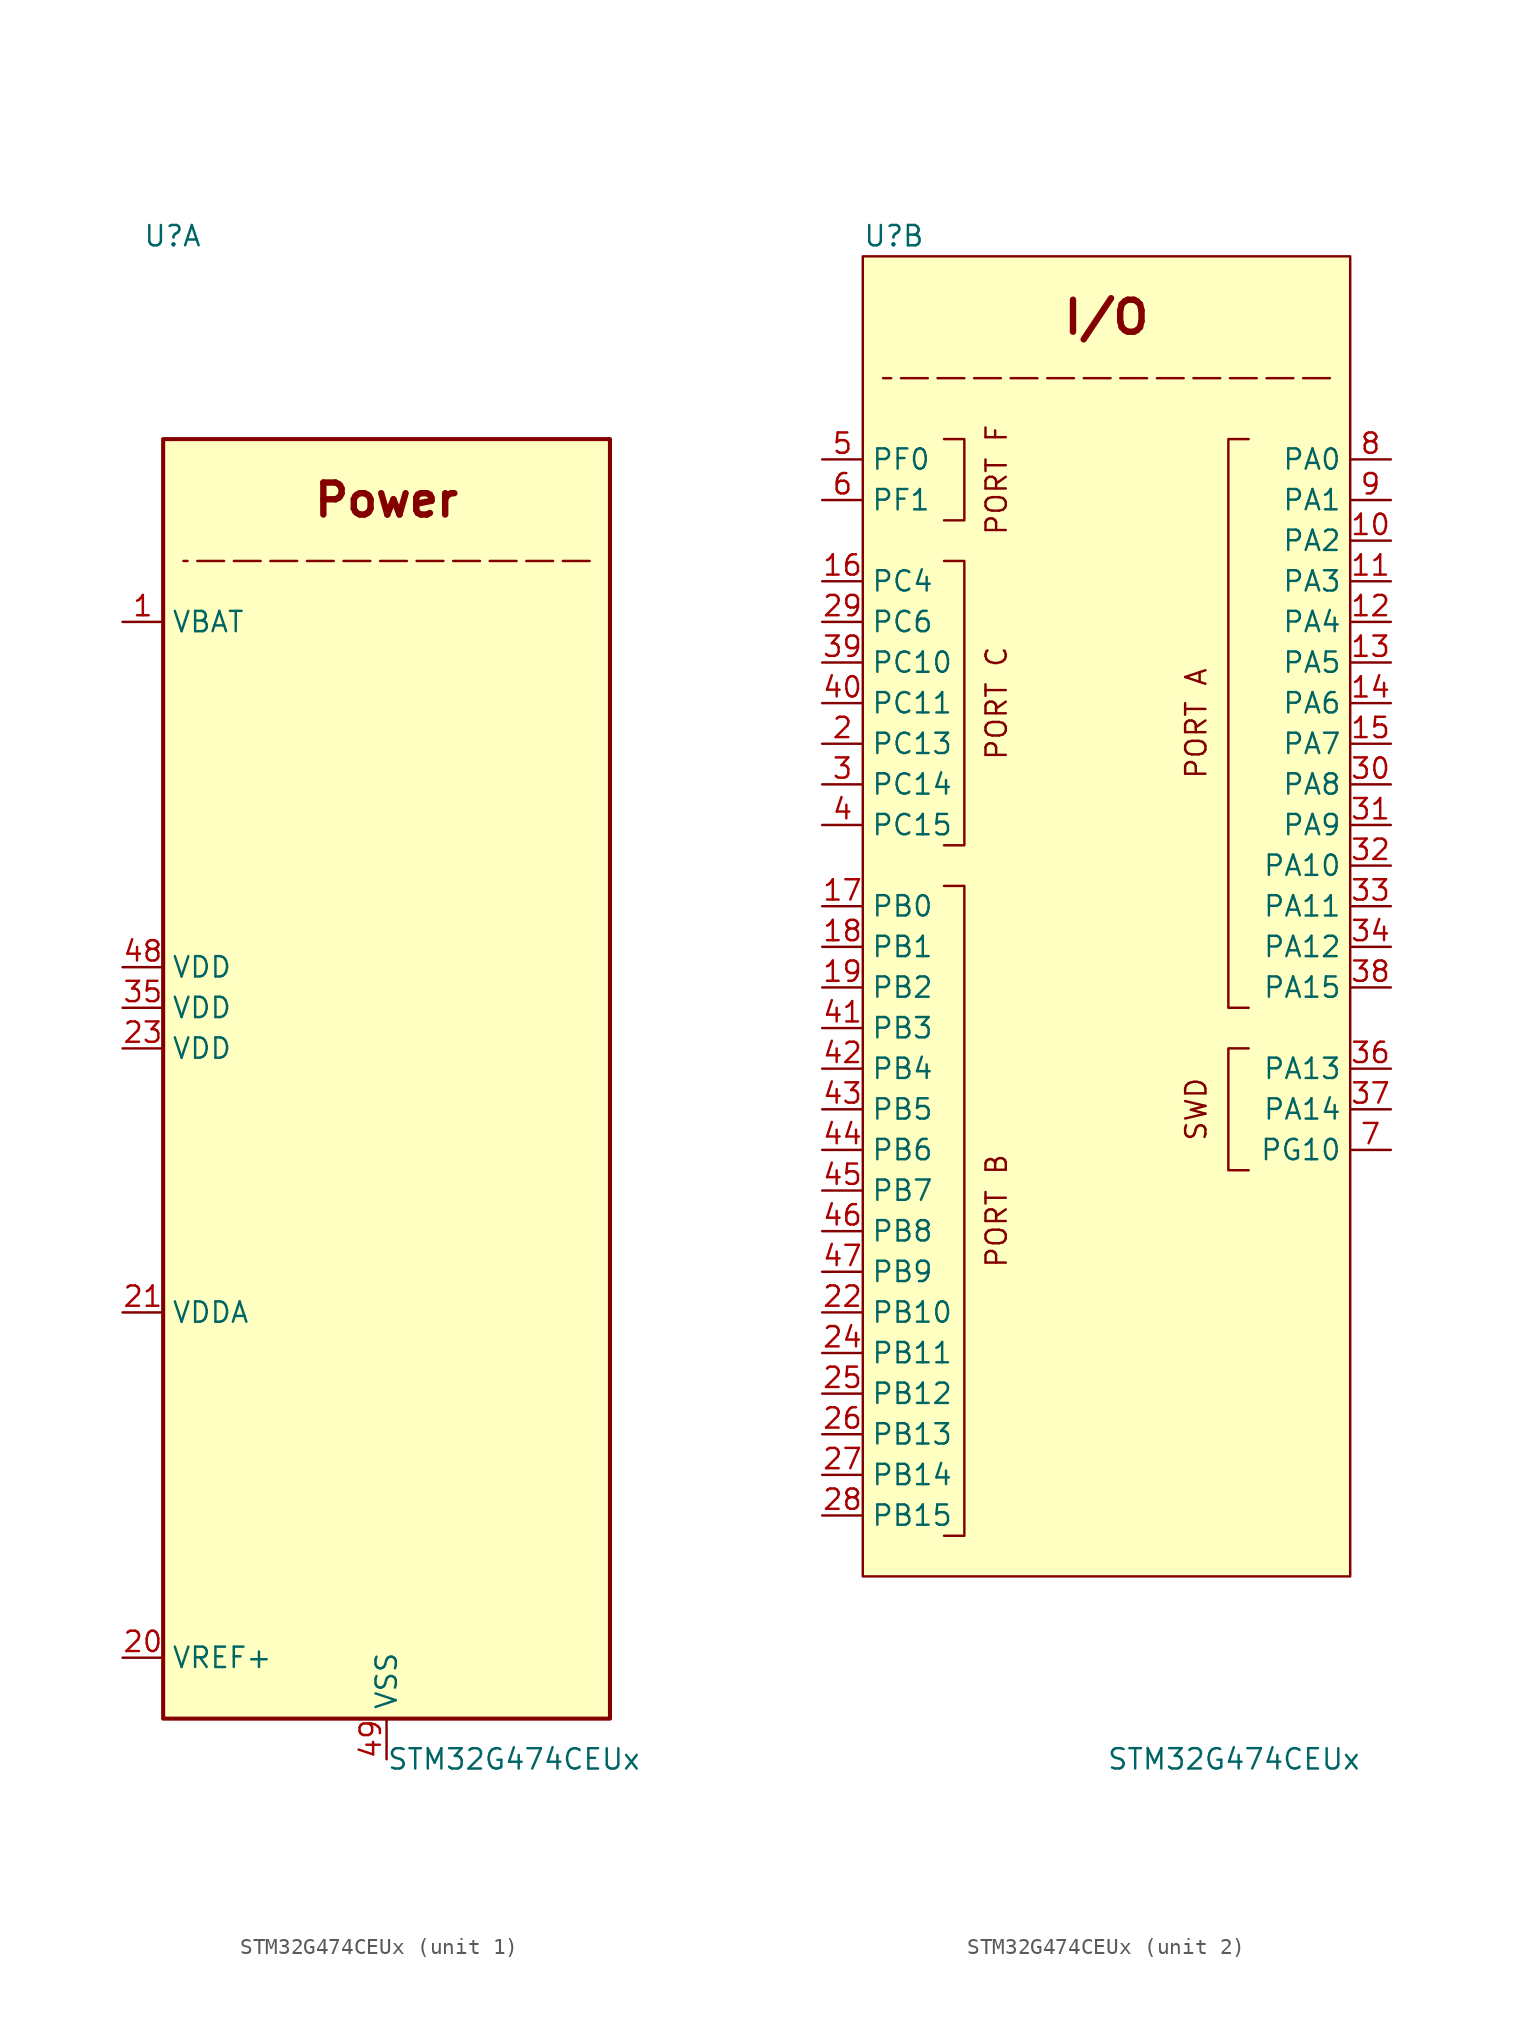
<source format=kicad_sym>
(kicad_symbol_lib
  (version 20220914)
  (generator kicad_symbol_editor)
  (symbol "STM32G474CEUx"
    (property "Reference" "U"
      (at -15.24 45.72 0)
      (effects (font (size 1.27 1.27)) (justify left)))
    (property "Value" "STM32G474CEUx"
      (at 0 -49.53 0)
      (effects (font (size 1.27 1.27)) (justify left)))
    (property "ki_locked" ""
      (at 0 0 0)
      (effects (font (size 1.27 1.27))))
    (symbol "STM32G474CEUx_1_1"
      (rectangle (start -13.97 33.02) (end 13.97 -46.99) (stroke (width 0.254) (type default)) (fill (type background)))
      (polyline (pts (xy 12.7 25.4) (xy -12.7 25.4)) (stroke (width 0) (type dash)) (fill (type none)))
      (text "Power" (at 0 29.21 0) (effects (font (size 2 2) bold)))
      (pin power_in line (at -16.51 21.59 0) (length 2.54) (name "VBAT" (effects (font (size 1.27 1.27)))) (number "1" (effects (font (size 1.27 1.27)))))
      (pin input line (at -16.51 -43.18 0) (length 2.54) (name "VREF+" (effects (font (size 1.27 1.27)))) (number "20" (effects (font (size 1.27 1.27)))) (alternate "VREFBUF_OUT" bidirectional line))
      (pin power_in line (at -16.51 -21.59 0) (length 2.54) (name "VDDA" (effects (font (size 1.27 1.27)))) (number "21" (effects (font (size 1.27 1.27)))))
      (pin power_in line (at -16.51 -5.08 0) (length 2.54) (name "VDD" (effects (font (size 1.27 1.27)))) (number "23" (effects (font (size 1.27 1.27)))))
      (pin power_in line (at -16.51 -2.54 0) (length 2.54) (name "VDD" (effects (font (size 1.27 1.27)))) (number "35" (effects (font (size 1.27 1.27)))))
      (pin power_in line (at -16.51 0 0) (length 2.54) (name "VDD" (effects (font (size 1.27 1.27)))) (number "48" (effects (font (size 1.27 1.27)))))
      (pin power_in line (at 0 -49.53 90) (length 2.54) (name "VSS" (effects (font (size 1.27 1.27)))) (number "49" (effects (font (size 1.27 1.27))))))
    (symbol "STM32G474CEUx_2_1"
      (rectangle (start -15.24 44.45) (end 15.24 -38.1) (stroke (width 0) (type default)) (fill (type background)))
      (polyline (pts (xy 13.97 36.83) (xy -13.97 36.83)) (stroke (width 0) (type dash)) (fill (type none)))
      (polyline (pts (xy -10.16 5.08) (xy -8.89 5.08) (xy -8.89 -35.56) (xy -10.16 -35.56)) (stroke (width 0) (type default)) (fill (type none)))
      (polyline (pts (xy -10.16 25.4) (xy -8.89 25.4) (xy -8.89 7.62) (xy -10.16 7.62)) (stroke (width 0) (type default)) (fill (type none)))
      (polyline (pts (xy -10.16 33.02) (xy -8.89 33.02) (xy -8.89 27.94) (xy -10.16 27.94)) (stroke (width 0) (type default)) (fill (type none)))
      (polyline (pts (xy 8.89 -12.7) (xy 7.62 -12.7) (xy 7.62 -5.08) (xy 8.89 -5.08)) (stroke (width 0) (type default)) (fill (type none)))
      (polyline (pts (xy 8.89 -2.54) (xy 7.62 -2.54) (xy 7.62 33.02) (xy 8.89 33.02)) (stroke (width 0) (type default)) (fill (type none)))
      (text "I/O" (at 0 40.64 0) (effects (font (size 2 2) bold)))
      (text "PORT A" (at 6.35 15.24 900) (effects (font (size 1.27 1.27)) (justify bottom)))
      (text "PORT B" (at -7.62 -15.24 900) (effects (font (size 1.27 1.27)) (justify top)))
      (text "PORT C" (at -7.62 16.51 900) (effects (font (size 1.27 1.27)) (justify top)))
      (text "PORT F" (at -7.62 30.48 900) (effects (font (size 1.27 1.27)) (justify top)))
      (text "SWD" (at 6.35 -8.89 900) (effects (font (size 1.27 1.27)) (justify bottom)))
      (pin bidirectional line (at 17.78 26.67 180) (length 2.54) (name "PA2" (effects (font (size 1.27 1.27)))) (number "10" (effects (font (size 1.27 1.27)))) (alternate "ADC1_IN3" bidirectional line) (alternate "ADC3_EXTI2" bidirectional line) (alternate "ADC4_EXTI2" bidirectional line) (alternate "ADC5_EXTI2" bidirectional line) (alternate "COMP2_INM" bidirectional line) (alternate "COMP2_OUT" bidirectional line) (alternate "LPUART1_TX" bidirectional line) (alternate "OPAMP1_VOUT" bidirectional line) (alternate "QUADSPI1_BK1_NCS" bidirectional line) (alternate "RCC_LSCO" bidirectional line) (alternate "SYS_WKUP4" bidirectional line) (alternate "TIM15_CH1" bidirectional line) (alternate "TIM2_CH3" bidirectional line) (alternate "TIM5_CH3" bidirectional line) (alternate "UCPD1_FRSTX1" bidirectional line) (alternate "UCPD1_FRSTX2" bidirectional line) (alternate "USART2_TX" bidirectional line))
      (pin bidirectional line (at 17.78 24.13 180) (length 2.54) (name "PA3" (effects (font (size 1.27 1.27)))) (number "11" (effects (font (size 1.27 1.27)))) (alternate "ADC1_IN4" bidirectional line) (alternate "ADC3_EXTI3" bidirectional line) (alternate "ADC4_EXTI3" bidirectional line) (alternate "ADC5_EXTI3" bidirectional line) (alternate "COMP2_INP" bidirectional line) (alternate "LPUART1_RX" bidirectional line) (alternate "OPAMP1_VINM" bidirectional line) (alternate "OPAMP1_VINM0" bidirectional line) (alternate "OPAMP1_VINM_SEC" bidirectional line) (alternate "OPAMP1_VINP" bidirectional line) (alternate "OPAMP1_VINP_SEC" bidirectional line) (alternate "OPAMP5_VINM" bidirectional line) (alternate "OPAMP5_VINM1" bidirectional line) (alternate "OPAMP5_VINM_SEC" bidirectional line) (alternate "QUADSPI1_CLK" bidirectional line) (alternate "SAI1_CK1" bidirectional line) (alternate "SAI1_MCLK_A" bidirectional line) (alternate "TIM15_CH2" bidirectional line) (alternate "TIM2_CH4" bidirectional line) (alternate "TIM5_CH4" bidirectional line) (alternate "USART2_RX" bidirectional line))
      (pin bidirectional line (at 17.78 21.59 180) (length 2.54) (name "PA4" (effects (font (size 1.27 1.27)))) (number "12" (effects (font (size 1.27 1.27)))) (alternate "ADC2_IN17" bidirectional line) (alternate "COMP1_INM" bidirectional line) (alternate "DAC1_OUT1" bidirectional line) (alternate "I2S3_WS" bidirectional line) (alternate "SAI1_FS_B" bidirectional line) (alternate "SPI1_NSS" bidirectional line) (alternate "SPI3_NSS" bidirectional line) (alternate "TIM3_CH2" bidirectional line) (alternate "USART2_CK" bidirectional line))
      (pin bidirectional line (at 17.78 19.05 180) (length 2.54) (name "PA5" (effects (font (size 1.27 1.27)))) (number "13" (effects (font (size 1.27 1.27)))) (alternate "ADC2_IN13" bidirectional line) (alternate "COMP2_INM" bidirectional line) (alternate "DAC1_OUT2" bidirectional line) (alternate "OPAMP2_VINM" bidirectional line) (alternate "OPAMP2_VINM0" bidirectional line) (alternate "OPAMP2_VINM_SEC" bidirectional line) (alternate "SPI1_SCK" bidirectional line) (alternate "TIM2_CH1" bidirectional line) (alternate "TIM2_ETR" bidirectional line) (alternate "UCPD1_FRSTX1" bidirectional line) (alternate "UCPD1_FRSTX2" bidirectional line))
      (pin bidirectional line (at 17.78 16.51 180) (length 2.54) (name "PA6" (effects (font (size 1.27 1.27)))) (number "14" (effects (font (size 1.27 1.27)))) (alternate "ADC2_IN3" bidirectional line) (alternate "COMP1_OUT" bidirectional line) (alternate "DAC2_OUT1" bidirectional line) (alternate "LPUART1_CTS" bidirectional line) (alternate "OPAMP2_VOUT" bidirectional line) (alternate "QUADSPI1_BK1_IO3" bidirectional line) (alternate "SPI1_MISO" bidirectional line) (alternate "TIM16_CH1" bidirectional line) (alternate "TIM1_BKIN" bidirectional line) (alternate "TIM3_CH1" bidirectional line) (alternate "TIM8_BKIN" bidirectional line))
      (pin bidirectional line (at 17.78 13.97 180) (length 2.54) (name "PA7" (effects (font (size 1.27 1.27)))) (number "15" (effects (font (size 1.27 1.27)))) (alternate "ADC2_IN4" bidirectional line) (alternate "COMP2_INP" bidirectional line) (alternate "COMP2_OUT" bidirectional line) (alternate "OPAMP1_VINP" bidirectional line) (alternate "OPAMP1_VINP_SEC" bidirectional line) (alternate "OPAMP2_VINP" bidirectional line) (alternate "OPAMP2_VINP_SEC" bidirectional line) (alternate "QUADSPI1_BK1_IO2" bidirectional line) (alternate "SPI1_MOSI" bidirectional line) (alternate "TIM17_CH1" bidirectional line) (alternate "TIM1_CH1N" bidirectional line) (alternate "TIM3_CH2" bidirectional line) (alternate "TIM8_CH1N" bidirectional line) (alternate "UCPD1_FRSTX1" bidirectional line) (alternate "UCPD1_FRSTX2" bidirectional line))
      (pin bidirectional line (at -17.78 24.13 0) (length 2.54) (name "PC4" (effects (font (size 1.27 1.27)))) (number "16" (effects (font (size 1.27 1.27)))) (alternate "ADC2_IN5" bidirectional line) (alternate "I2C2_SCL" bidirectional line) (alternate "QUADSPI1_BK2_IO3" bidirectional line) (alternate "TIM1_ETR" bidirectional line) (alternate "USART1_TX" bidirectional line))
      (pin bidirectional line (at -17.78 3.81 0) (length 2.54) (name "PB0" (effects (font (size 1.27 1.27)))) (number "17" (effects (font (size 1.27 1.27)))) (alternate "ADC1_IN15" bidirectional line) (alternate "ADC3_IN12" bidirectional line) (alternate "COMP4_INP" bidirectional line) (alternate "HRTIM1_FLT5" bidirectional line) (alternate "OPAMP2_VINP" bidirectional line) (alternate "OPAMP2_VINP_SEC" bidirectional line) (alternate "OPAMP3_VINP" bidirectional line) (alternate "OPAMP3_VINP_SEC" bidirectional line) (alternate "QUADSPI1_BK1_IO1" bidirectional line) (alternate "TIM1_CH2N" bidirectional line) (alternate "TIM3_CH3" bidirectional line) (alternate "TIM8_CH2N" bidirectional line) (alternate "UCPD1_FRSTX1" bidirectional line) (alternate "UCPD1_FRSTX2" bidirectional line))
      (pin bidirectional line (at -17.78 1.27 0) (length 2.54) (name "PB1" (effects (font (size 1.27 1.27)))) (number "18" (effects (font (size 1.27 1.27)))) (alternate "ADC1_IN12" bidirectional line) (alternate "ADC3_IN1" bidirectional line) (alternate "COMP1_INP" bidirectional line) (alternate "COMP4_OUT" bidirectional line) (alternate "HRTIM1_SCOUT" bidirectional line) (alternate "LPUART1_DE" bidirectional line) (alternate "LPUART1_RTS" bidirectional line) (alternate "OPAMP3_VOUT" bidirectional line) (alternate "OPAMP6_VINM" bidirectional line) (alternate "OPAMP6_VINM1" bidirectional line) (alternate "OPAMP6_VINM_SEC" bidirectional line) (alternate "QUADSPI1_BK1_IO0" bidirectional line) (alternate "TIM1_CH3N" bidirectional line) (alternate "TIM3_CH4" bidirectional line) (alternate "TIM8_CH3N" bidirectional line))
      (pin bidirectional line (at -17.78 -1.27 0) (length 2.54) (name "PB2" (effects (font (size 1.27 1.27)))) (number "19" (effects (font (size 1.27 1.27)))) (alternate "ADC2_IN12" bidirectional line) (alternate "ADC3_EXTI2" bidirectional line) (alternate "ADC4_EXTI2" bidirectional line) (alternate "ADC5_EXTI2" bidirectional line) (alternate "COMP4_INM" bidirectional line) (alternate "HRTIM1_SCIN" bidirectional line) (alternate "I2C3_SMBA" bidirectional line) (alternate "LPTIM1_OUT" bidirectional line) (alternate "OPAMP3_VINM" bidirectional line) (alternate "OPAMP3_VINM0" bidirectional line) (alternate "OPAMP3_VINM_SEC" bidirectional line) (alternate "QUADSPI1_BK2_IO1" bidirectional line) (alternate "RTC_OUT2" bidirectional line) (alternate "TIM20_CH1" bidirectional line) (alternate "TIM5_CH1" bidirectional line))
      (pin bidirectional line (at -17.78 13.97 0) (length 2.54) (name "PC13" (effects (font (size 1.27 1.27)))) (number "2" (effects (font (size 1.27 1.27)))) (alternate "RTC_OUT1" bidirectional line) (alternate "RTC_TAMP1" bidirectional line) (alternate "RTC_TS" bidirectional line) (alternate "SYS_WKUP2" bidirectional line) (alternate "TIM1_BKIN" bidirectional line) (alternate "TIM1_CH1N" bidirectional line) (alternate "TIM8_CH4N" bidirectional line))
      (pin bidirectional line (at -17.78 -21.59 0) (length 2.54) (name "PB10" (effects (font (size 1.27 1.27)))) (number "22" (effects (font (size 1.27 1.27)))) (alternate "COMP5_INM" bidirectional line) (alternate "DAC1_EXTI10" bidirectional line) (alternate "DAC2_EXTI10" bidirectional line) (alternate "DAC3_EXTI10" bidirectional line) (alternate "DAC4_EXTI10" bidirectional line) (alternate "HRTIM1_FLT3" bidirectional line) (alternate "LPUART1_RX" bidirectional line) (alternate "OPAMP3_VINM" bidirectional line) (alternate "OPAMP3_VINM1" bidirectional line) (alternate "OPAMP3_VINM_SEC" bidirectional line) (alternate "OPAMP4_VINM" bidirectional line) (alternate "OPAMP4_VINM0" bidirectional line) (alternate "OPAMP4_VINM_SEC" bidirectional line) (alternate "QUADSPI1_CLK" bidirectional line) (alternate "SAI1_SCK_A" bidirectional line) (alternate "TIM1_BKIN" bidirectional line) (alternate "TIM2_CH3" bidirectional line) (alternate "USART3_TX" bidirectional line))
      (pin bidirectional line (at -17.78 -24.13 0) (length 2.54) (name "PB11" (effects (font (size 1.27 1.27)))) (number "24" (effects (font (size 1.27 1.27)))) (alternate "ADC1_EXTI11" bidirectional line) (alternate "ADC1_IN14" bidirectional line) (alternate "ADC2_EXTI11" bidirectional line) (alternate "ADC2_IN14" bidirectional line) (alternate "COMP6_INP" bidirectional line) (alternate "HRTIM1_FLT4" bidirectional line) (alternate "LPUART1_TX" bidirectional line) (alternate "OPAMP4_VINP" bidirectional line) (alternate "OPAMP4_VINP_SEC" bidirectional line) (alternate "OPAMP6_VOUT" bidirectional line) (alternate "QUADSPI1_BK1_NCS" bidirectional line) (alternate "TIM2_CH4" bidirectional line) (alternate "USART3_RX" bidirectional line))
      (pin bidirectional line (at -17.78 -26.67 0) (length 2.54) (name "PB12" (effects (font (size 1.27 1.27)))) (number "25" (effects (font (size 1.27 1.27)))) (alternate "ADC1_IN11" bidirectional line) (alternate "ADC4_IN3" bidirectional line) (alternate "COMP7_INM" bidirectional line) (alternate "FDCAN2_RX" bidirectional line) (alternate "HRTIM1_CHC1" bidirectional line) (alternate "I2C2_SMBA" bidirectional line) (alternate "I2S2_WS" bidirectional line) (alternate "LPUART1_DE" bidirectional line) (alternate "LPUART1_RTS" bidirectional line) (alternate "OPAMP4_VOUT" bidirectional line) (alternate "OPAMP6_VINP" bidirectional line) (alternate "OPAMP6_VINP_SEC" bidirectional line) (alternate "SPI2_NSS" bidirectional line) (alternate "TIM1_BKIN" bidirectional line) (alternate "TIM5_ETR" bidirectional line) (alternate "USART3_CK" bidirectional line))
      (pin bidirectional line (at -17.78 -29.21 0) (length 2.54) (name "PB13" (effects (font (size 1.27 1.27)))) (number "26" (effects (font (size 1.27 1.27)))) (alternate "ADC3_IN5" bidirectional line) (alternate "COMP5_INP" bidirectional line) (alternate "FDCAN2_TX" bidirectional line) (alternate "HRTIM1_CHC2" bidirectional line) (alternate "I2S2_CK" bidirectional line) (alternate "LPUART1_CTS" bidirectional line) (alternate "OPAMP3_VINP" bidirectional line) (alternate "OPAMP3_VINP_SEC" bidirectional line) (alternate "OPAMP4_VINP" bidirectional line) (alternate "OPAMP4_VINP_SEC" bidirectional line) (alternate "OPAMP6_VINP" bidirectional line) (alternate "OPAMP6_VINP_SEC" bidirectional line) (alternate "SPI2_SCK" bidirectional line) (alternate "TIM1_CH1N" bidirectional line) (alternate "USART3_CTS" bidirectional line) (alternate "USART3_NSS" bidirectional line))
      (pin bidirectional line (at -17.78 -31.75 0) (length 2.54) (name "PB14" (effects (font (size 1.27 1.27)))) (number "27" (effects (font (size 1.27 1.27)))) (alternate "ADC1_IN5" bidirectional line) (alternate "ADC4_IN4" bidirectional line) (alternate "COMP4_OUT" bidirectional line) (alternate "COMP7_INP" bidirectional line) (alternate "HRTIM1_CHD1" bidirectional line) (alternate "OPAMP2_VINP" bidirectional line) (alternate "OPAMP2_VINP_SEC" bidirectional line) (alternate "OPAMP5_VINP" bidirectional line) (alternate "OPAMP5_VINP_SEC" bidirectional line) (alternate "SPI2_MISO" bidirectional line) (alternate "TIM15_CH1" bidirectional line) (alternate "TIM1_CH2N" bidirectional line) (alternate "USART3_DE" bidirectional line) (alternate "USART3_RTS" bidirectional line))
      (pin bidirectional line (at -17.78 -34.29 0) (length 2.54) (name "PB15" (effects (font (size 1.27 1.27)))) (number "28" (effects (font (size 1.27 1.27)))) (alternate "ADC1_EXTI15" bidirectional line) (alternate "ADC2_EXTI15" bidirectional line) (alternate "ADC2_IN15" bidirectional line) (alternate "ADC4_IN5" bidirectional line) (alternate "COMP3_OUT" bidirectional line) (alternate "COMP6_INM" bidirectional line) (alternate "HRTIM1_CHD2" bidirectional line) (alternate "I2S2_SD" bidirectional line) (alternate "OPAMP5_VINM" bidirectional line) (alternate "OPAMP5_VINM0" bidirectional line) (alternate "OPAMP5_VINM_SEC" bidirectional line) (alternate "RTC_REFIN" bidirectional line) (alternate "SPI2_MOSI" bidirectional line) (alternate "TIM15_CH1N" bidirectional line) (alternate "TIM15_CH2" bidirectional line) (alternate "TIM1_CH3N" bidirectional line))
      (pin bidirectional line (at -17.78 21.59 0) (length 2.54) (name "PC6" (effects (font (size 1.27 1.27)))) (number "29" (effects (font (size 1.27 1.27)))) (alternate "COMP6_OUT" bidirectional line) (alternate "HRTIM1_CHF1" bidirectional line) (alternate "HRTIM1_EEV10" bidirectional line) (alternate "I2C4_SCL" bidirectional line) (alternate "I2S2_MCK" bidirectional line) (alternate "TIM3_CH1" bidirectional line) (alternate "TIM8_CH1" bidirectional line))
      (pin bidirectional line (at -17.78 11.43 0) (length 2.54) (name "PC14" (effects (font (size 1.27 1.27)))) (number "3" (effects (font (size 1.27 1.27)))) (alternate "RCC_OSC32_IN" bidirectional line))
      (pin bidirectional line (at 17.78 11.43 180) (length 2.54) (name "PA8" (effects (font (size 1.27 1.27)))) (number "30" (effects (font (size 1.27 1.27)))) (alternate "ADC5_IN1" bidirectional line) (alternate "COMP7_OUT" bidirectional line) (alternate "FDCAN3_RX" bidirectional line) (alternate "HRTIM1_CHA1" bidirectional line) (alternate "I2C2_SDA" bidirectional line) (alternate "I2C3_SCL" bidirectional line) (alternate "I2S2_MCK" bidirectional line) (alternate "OPAMP5_VOUT" bidirectional line) (alternate "RCC_MCO" bidirectional line) (alternate "SAI1_CK2" bidirectional line) (alternate "SAI1_SCK_A" bidirectional line) (alternate "TIM1_CH1" bidirectional line) (alternate "TIM4_ETR" bidirectional line) (alternate "USART1_CK" bidirectional line))
      (pin bidirectional line (at 17.78 8.89 180) (length 2.54) (name "PA9" (effects (font (size 1.27 1.27)))) (number "31" (effects (font (size 1.27 1.27)))) (alternate "ADC5_IN2" bidirectional line) (alternate "COMP5_OUT" bidirectional line) (alternate "DAC1_EXTI9" bidirectional line) (alternate "DAC2_EXTI9" bidirectional line) (alternate "DAC3_EXTI9" bidirectional line) (alternate "DAC4_EXTI9" bidirectional line) (alternate "HRTIM1_CHA2" bidirectional line) (alternate "I2C2_SCL" bidirectional line) (alternate "I2C3_SMBA" bidirectional line) (alternate "I2S3_MCK" bidirectional line) (alternate "SAI1_FS_A" bidirectional line) (alternate "TIM15_BKIN" bidirectional line) (alternate "TIM1_CH2" bidirectional line) (alternate "TIM2_CH3" bidirectional line) (alternate "UCPD1_DBCC1" bidirectional line) (alternate "USART1_TX" bidirectional line))
      (pin bidirectional line (at 17.78 6.35 180) (length 2.54) (name "PA10" (effects (font (size 1.27 1.27)))) (number "32" (effects (font (size 1.27 1.27)))) (alternate "COMP6_OUT" bidirectional line) (alternate "CRS_SYNC" bidirectional line) (alternate "DAC1_EXTI10" bidirectional line) (alternate "DAC2_EXTI10" bidirectional line) (alternate "DAC3_EXTI10" bidirectional line) (alternate "DAC4_EXTI10" bidirectional line) (alternate "HRTIM1_CHB1" bidirectional line) (alternate "I2C2_SMBA" bidirectional line) (alternate "SAI1_D1" bidirectional line) (alternate "SAI1_SD_A" bidirectional line) (alternate "SPI2_MISO" bidirectional line) (alternate "TIM17_BKIN" bidirectional line) (alternate "TIM1_CH3" bidirectional line) (alternate "TIM2_CH4" bidirectional line) (alternate "TIM8_BKIN" bidirectional line) (alternate "UCPD1_DBCC2" bidirectional line) (alternate "USART1_RX" bidirectional line))
      (pin bidirectional line (at 17.78 3.81 180) (length 2.54) (name "PA11" (effects (font (size 1.27 1.27)))) (number "33" (effects (font (size 1.27 1.27)))) (alternate "ADC1_EXTI11" bidirectional line) (alternate "ADC2_EXTI11" bidirectional line) (alternate "COMP1_OUT" bidirectional line) (alternate "FDCAN1_RX" bidirectional line) (alternate "HRTIM1_CHB2" bidirectional line) (alternate "I2S2_SD" bidirectional line) (alternate "SPI2_MOSI" bidirectional line) (alternate "TIM1_BKIN2" bidirectional line) (alternate "TIM1_CH1N" bidirectional line) (alternate "TIM1_CH4" bidirectional line) (alternate "TIM4_CH1" bidirectional line) (alternate "USART1_CTS" bidirectional line) (alternate "USART1_NSS" bidirectional line) (alternate "USB_DM" bidirectional line))
      (pin bidirectional line (at 17.78 1.27 180) (length 2.54) (name "PA12" (effects (font (size 1.27 1.27)))) (number "34" (effects (font (size 1.27 1.27)))) (alternate "COMP2_OUT" bidirectional line) (alternate "FDCAN1_TX" bidirectional line) (alternate "HRTIM1_FLT1" bidirectional line) (alternate "I2S_CKIN" bidirectional line) (alternate "TIM16_CH1" bidirectional line) (alternate "TIM1_CH2N" bidirectional line) (alternate "TIM1_ETR" bidirectional line) (alternate "TIM4_CH2" bidirectional line) (alternate "USART1_DE" bidirectional line) (alternate "USART1_RTS" bidirectional line) (alternate "USB_DP" bidirectional line))
      (pin bidirectional line (at 17.78 -6.35 180) (length 2.54) (name "PA13" (effects (font (size 1.27 1.27)))) (number "36" (effects (font (size 1.27 1.27)))) (alternate "I2C1_SCL" bidirectional line) (alternate "I2C4_SCL" bidirectional line) (alternate "IR_OUT" bidirectional line) (alternate "SAI1_SD_B" bidirectional line) (alternate "SYS_JTMS-SWDIO" bidirectional line) (alternate "TIM16_CH1N" bidirectional line) (alternate "TIM4_CH3" bidirectional line) (alternate "USART3_CTS" bidirectional line) (alternate "USART3_NSS" bidirectional line))
      (pin bidirectional line (at 17.78 -8.89 180) (length 2.54) (name "PA14" (effects (font (size 1.27 1.27)))) (number "37" (effects (font (size 1.27 1.27)))) (alternate "I2C1_SDA" bidirectional line) (alternate "I2C4_SMBA" bidirectional line) (alternate "LPTIM1_OUT" bidirectional line) (alternate "SAI1_FS_B" bidirectional line) (alternate "SYS_JTCK-SWCLK" bidirectional line) (alternate "TIM1_BKIN" bidirectional line) (alternate "TIM8_CH2" bidirectional line) (alternate "USART2_TX" bidirectional line))
      (pin bidirectional line (at 17.78 -1.27 180) (length 2.54) (name "PA15" (effects (font (size 1.27 1.27)))) (number "38" (effects (font (size 1.27 1.27)))) (alternate "ADC1_EXTI15" bidirectional line) (alternate "ADC2_EXTI15" bidirectional line) (alternate "FDCAN3_TX" bidirectional line) (alternate "HRTIM1_FLT2" bidirectional line) (alternate "I2C1_SCL" bidirectional line) (alternate "I2S3_WS" bidirectional line) (alternate "SPI1_NSS" bidirectional line) (alternate "SPI3_NSS" bidirectional line) (alternate "SYS_JTDI" bidirectional line) (alternate "TIM1_BKIN" bidirectional line) (alternate "TIM2_CH1" bidirectional line) (alternate "TIM2_ETR" bidirectional line) (alternate "TIM8_CH1" bidirectional line) (alternate "UART4_DE" bidirectional line) (alternate "UART4_RTS" bidirectional line) (alternate "USART2_RX" bidirectional line))
      (pin bidirectional line (at -17.78 19.05 0) (length 2.54) (name "PC10" (effects (font (size 1.27 1.27)))) (number "39" (effects (font (size 1.27 1.27)))) (alternate "DAC1_EXTI10" bidirectional line) (alternate "DAC2_EXTI10" bidirectional line) (alternate "DAC3_EXTI10" bidirectional line) (alternate "DAC4_EXTI10" bidirectional line) (alternate "HRTIM1_FLT6" bidirectional line) (alternate "I2S3_CK" bidirectional line) (alternate "SPI3_SCK" bidirectional line) (alternate "TIM8_CH1N" bidirectional line) (alternate "UART4_TX" bidirectional line) (alternate "USART3_TX" bidirectional line))
      (pin bidirectional line (at -17.78 8.89 0) (length 2.54) (name "PC15" (effects (font (size 1.27 1.27)))) (number "4" (effects (font (size 1.27 1.27)))) (alternate "ADC1_EXTI15" bidirectional line) (alternate "ADC2_EXTI15" bidirectional line) (alternate "RCC_OSC32_OUT" bidirectional line))
      (pin bidirectional line (at -17.78 16.51 0) (length 2.54) (name "PC11" (effects (font (size 1.27 1.27)))) (number "40" (effects (font (size 1.27 1.27)))) (alternate "ADC1_EXTI11" bidirectional line) (alternate "ADC2_EXTI11" bidirectional line) (alternate "HRTIM1_EEV2" bidirectional line) (alternate "I2C3_SDA" bidirectional line) (alternate "SPI3_MISO" bidirectional line) (alternate "TIM8_CH2N" bidirectional line) (alternate "UART4_RX" bidirectional line) (alternate "USART3_RX" bidirectional line))
      (pin bidirectional line (at -17.78 -3.81 0) (length 2.54) (name "PB3" (effects (font (size 1.27 1.27)))) (number "41" (effects (font (size 1.27 1.27)))) (alternate "ADC3_EXTI3" bidirectional line) (alternate "ADC4_EXTI3" bidirectional line) (alternate "ADC5_EXTI3" bidirectional line) (alternate "CRS_SYNC" bidirectional line) (alternate "FDCAN3_RX" bidirectional line) (alternate "HRTIM1_EEV9" bidirectional line) (alternate "HRTIM1_SCOUT" bidirectional line) (alternate "I2S3_CK" bidirectional line) (alternate "SAI1_SCK_B" bidirectional line) (alternate "SPI1_SCK" bidirectional line) (alternate "SPI3_SCK" bidirectional line) (alternate "SYS_JTDO-SWO" bidirectional line) (alternate "TIM2_CH2" bidirectional line) (alternate "TIM3_ETR" bidirectional line) (alternate "TIM4_ETR" bidirectional line) (alternate "TIM8_CH1N" bidirectional line) (alternate "USART2_TX" bidirectional line))
      (pin bidirectional line (at -17.78 -6.35 0) (length 2.54) (name "PB4" (effects (font (size 1.27 1.27)))) (number "42" (effects (font (size 1.27 1.27)))) (alternate "FDCAN3_TX" bidirectional line) (alternate "HRTIM1_EEV7" bidirectional line) (alternate "SAI1_MCLK_B" bidirectional line) (alternate "SPI1_MISO" bidirectional line) (alternate "SPI3_MISO" bidirectional line) (alternate "SYS_JTRST" bidirectional line) (alternate "TIM16_CH1" bidirectional line) (alternate "TIM17_BKIN" bidirectional line) (alternate "TIM3_CH1" bidirectional line) (alternate "TIM8_CH2N" bidirectional line) (alternate "UCPD1_CC2" bidirectional line) (alternate "USART2_RX" bidirectional line))
      (pin bidirectional line (at -17.78 -8.89 0) (length 2.54) (name "PB5" (effects (font (size 1.27 1.27)))) (number "43" (effects (font (size 1.27 1.27)))) (alternate "FDCAN2_RX" bidirectional line) (alternate "HRTIM1_EEV6" bidirectional line) (alternate "I2C1_SMBA" bidirectional line) (alternate "I2C3_SDA" bidirectional line) (alternate "I2S3_SD" bidirectional line) (alternate "LPTIM1_IN1" bidirectional line) (alternate "SAI1_SD_B" bidirectional line) (alternate "SPI1_MOSI" bidirectional line) (alternate "SPI3_MOSI" bidirectional line) (alternate "TIM16_BKIN" bidirectional line) (alternate "TIM17_CH1" bidirectional line) (alternate "TIM3_CH2" bidirectional line) (alternate "TIM8_CH3N" bidirectional line) (alternate "USART2_CK" bidirectional line))
      (pin bidirectional line (at -17.78 -11.43 0) (length 2.54) (name "PB6" (effects (font (size 1.27 1.27)))) (number "44" (effects (font (size 1.27 1.27)))) (alternate "COMP4_OUT" bidirectional line) (alternate "FDCAN2_TX" bidirectional line) (alternate "HRTIM1_EEV4" bidirectional line) (alternate "HRTIM1_SCIN" bidirectional line) (alternate "LPTIM1_ETR" bidirectional line) (alternate "SAI1_FS_B" bidirectional line) (alternate "TIM16_CH1N" bidirectional line) (alternate "TIM4_CH1" bidirectional line) (alternate "TIM8_BKIN2" bidirectional line) (alternate "TIM8_CH1" bidirectional line) (alternate "TIM8_ETR" bidirectional line) (alternate "UCPD1_CC1" bidirectional line) (alternate "USART1_TX" bidirectional line))
      (pin bidirectional line (at -17.78 -13.97 0) (length 2.54) (name "PB7" (effects (font (size 1.27 1.27)))) (number "45" (effects (font (size 1.27 1.27)))) (alternate "COMP3_OUT" bidirectional line) (alternate "HRTIM1_EEV3" bidirectional line) (alternate "I2C1_SDA" bidirectional line) (alternate "I2C4_SDA" bidirectional line) (alternate "LPTIM1_IN2" bidirectional line) (alternate "SYS_PVD_IN" bidirectional line) (alternate "TIM17_CH1N" bidirectional line) (alternate "TIM3_CH4" bidirectional line) (alternate "TIM4_CH2" bidirectional line) (alternate "TIM8_BKIN" bidirectional line) (alternate "UART4_CTS" bidirectional line) (alternate "USART1_RX" bidirectional line))
      (pin bidirectional line (at -17.78 -16.51 0) (length 2.54) (name "PB8" (effects (font (size 1.27 1.27)))) (number "46" (effects (font (size 1.27 1.27)))) (alternate "COMP1_OUT" bidirectional line) (alternate "FDCAN1_RX" bidirectional line) (alternate "HRTIM1_EEV8" bidirectional line) (alternate "I2C1_SCL" bidirectional line) (alternate "SAI1_CK1" bidirectional line) (alternate "SAI1_MCLK_A" bidirectional line) (alternate "TIM16_CH1" bidirectional line) (alternate "TIM1_BKIN" bidirectional line) (alternate "TIM4_CH3" bidirectional line) (alternate "TIM8_CH2" bidirectional line) (alternate "USART3_RX" bidirectional line))
      (pin bidirectional line (at -17.78 -19.05 0) (length 2.54) (name "PB9" (effects (font (size 1.27 1.27)))) (number "47" (effects (font (size 1.27 1.27)))) (alternate "COMP2_OUT" bidirectional line) (alternate "DAC1_EXTI9" bidirectional line) (alternate "DAC2_EXTI9" bidirectional line) (alternate "DAC3_EXTI9" bidirectional line) (alternate "DAC4_EXTI9" bidirectional line) (alternate "FDCAN1_TX" bidirectional line) (alternate "HRTIM1_EEV5" bidirectional line) (alternate "I2C1_SDA" bidirectional line) (alternate "IR_OUT" bidirectional line) (alternate "SAI1_D2" bidirectional line) (alternate "SAI1_FS_A" bidirectional line) (alternate "TIM17_CH1" bidirectional line) (alternate "TIM1_CH3N" bidirectional line) (alternate "TIM4_CH4" bidirectional line) (alternate "TIM8_CH3" bidirectional line) (alternate "USART3_TX" bidirectional line))
      (pin bidirectional line (at -17.78 31.75 0) (length 2.54) (name "PF0" (effects (font (size 1.27 1.27)))) (number "5" (effects (font (size 1.27 1.27)))) (alternate "ADC1_IN10" bidirectional line) (alternate "I2C2_SDA" bidirectional line) (alternate "I2S2_WS" bidirectional line) (alternate "RCC_OSC_IN" bidirectional line) (alternate "SPI2_NSS" bidirectional line) (alternate "TIM1_CH3N" bidirectional line))
      (pin bidirectional line (at -17.78 29.21 0) (length 2.54) (name "PF1" (effects (font (size 1.27 1.27)))) (number "6" (effects (font (size 1.27 1.27)))) (alternate "ADC2_IN10" bidirectional line) (alternate "COMP3_INM" bidirectional line) (alternate "I2S2_CK" bidirectional line) (alternate "RCC_OSC_OUT" bidirectional line) (alternate "SPI2_SCK" bidirectional line))
      (pin bidirectional line (at 17.78 -11.43 180) (length 2.54) (name "PG10" (effects (font (size 1.27 1.27)))) (number "7" (effects (font (size 1.27 1.27)))) (alternate "DAC1_EXTI10" bidirectional line) (alternate "DAC2_EXTI10" bidirectional line) (alternate "DAC3_EXTI10" bidirectional line) (alternate "DAC4_EXTI10" bidirectional line) (alternate "RCC_MCO" bidirectional line))
      (pin bidirectional line (at 17.78 31.75 180) (length 2.54) (name "PA0" (effects (font (size 1.27 1.27)))) (number "8" (effects (font (size 1.27 1.27)))) (alternate "ADC1_IN1" bidirectional line) (alternate "ADC2_IN1" bidirectional line) (alternate "COMP1_INM" bidirectional line) (alternate "COMP1_OUT" bidirectional line) (alternate "COMP3_INP" bidirectional line) (alternate "RTC_TAMP2" bidirectional line) (alternate "SYS_WKUP1" bidirectional line) (alternate "TIM2_CH1" bidirectional line) (alternate "TIM2_ETR" bidirectional line) (alternate "TIM5_CH1" bidirectional line) (alternate "TIM8_BKIN" bidirectional line) (alternate "TIM8_ETR" bidirectional line) (alternate "USART2_CTS" bidirectional line) (alternate "USART2_NSS" bidirectional line))
      (pin bidirectional line (at 17.78 29.21 180) (length 2.54) (name "PA1" (effects (font (size 1.27 1.27)))) (number "9" (effects (font (size 1.27 1.27)))) (alternate "ADC1_IN2" bidirectional line) (alternate "ADC2_IN2" bidirectional line) (alternate "COMP1_INP" bidirectional line) (alternate "OPAMP1_VINP" bidirectional line) (alternate "OPAMP1_VINP_SEC" bidirectional line) (alternate "OPAMP3_VINP" bidirectional line) (alternate "OPAMP3_VINP_SEC" bidirectional line) (alternate "OPAMP6_VINM" bidirectional line) (alternate "OPAMP6_VINM0" bidirectional line) (alternate "OPAMP6_VINM_SEC" bidirectional line) (alternate "RTC_REFIN" bidirectional line) (alternate "TIM15_CH1N" bidirectional line) (alternate "TIM2_CH2" bidirectional line) (alternate "TIM5_CH2" bidirectional line) (alternate "USART2_DE" bidirectional line) (alternate "USART2_RTS" bidirectional line)))))
</source>
